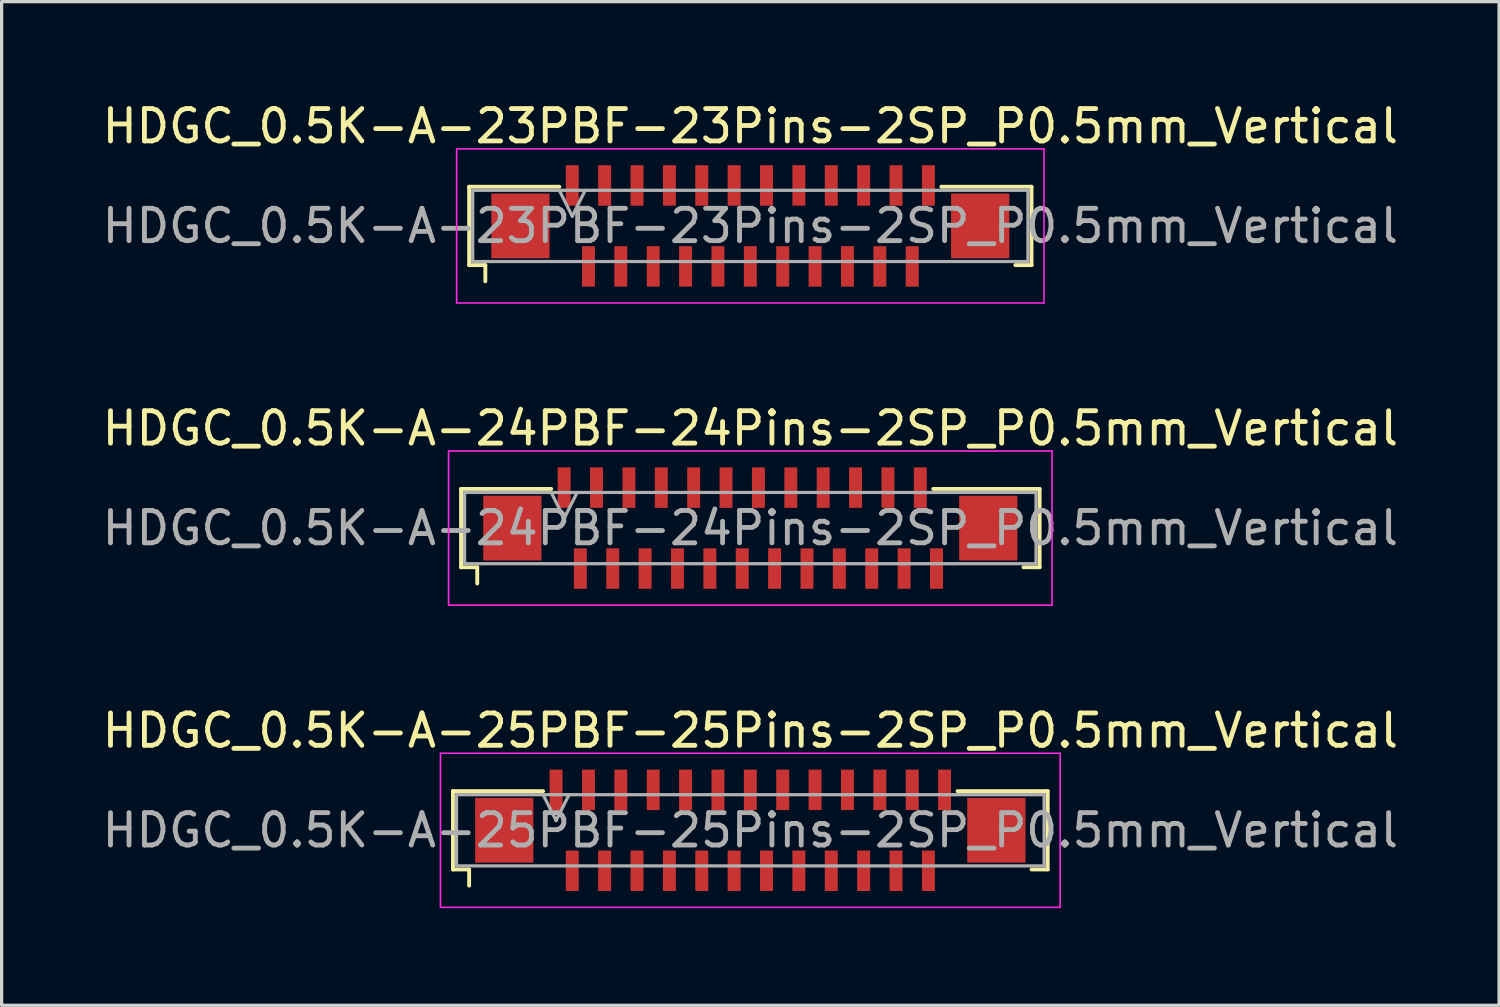
<source format=kicad_pcb>
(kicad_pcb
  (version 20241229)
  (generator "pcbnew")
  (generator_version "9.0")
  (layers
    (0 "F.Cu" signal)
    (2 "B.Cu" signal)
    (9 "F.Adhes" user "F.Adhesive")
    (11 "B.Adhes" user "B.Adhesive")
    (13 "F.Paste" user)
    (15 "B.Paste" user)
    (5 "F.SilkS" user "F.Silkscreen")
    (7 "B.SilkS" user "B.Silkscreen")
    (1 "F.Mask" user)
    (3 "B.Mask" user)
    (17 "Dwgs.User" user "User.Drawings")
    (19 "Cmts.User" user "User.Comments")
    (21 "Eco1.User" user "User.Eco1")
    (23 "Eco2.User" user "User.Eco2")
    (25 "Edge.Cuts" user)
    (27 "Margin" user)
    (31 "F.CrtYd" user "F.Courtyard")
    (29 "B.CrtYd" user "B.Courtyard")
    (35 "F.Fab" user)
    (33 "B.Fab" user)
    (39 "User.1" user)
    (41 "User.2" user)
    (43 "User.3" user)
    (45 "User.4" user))
  (footprint "HDGC_0.5K-A-25PBF-25Pins-2SP_P0.5mm_Vertical"
    (layer "F.Cu")
    (at 20.125 22.595)
    (property "Reference" "HDGC_0.5K-A-25PBF-25Pins-2SP_P0.5mm_Vertical" (at 0 -3.08 0) (layer "F.SilkS") (effects (font (size 1 1) (thickness 0.15))))
    (attr smd)
    (fp_line (start -9.185 -1.21) (end -6.4 -1.21) (stroke (width 0.12) (type solid)) (layer "F.SilkS"))
    (fp_line (start -9.185 1.21) (end -9.185 -1.21) (stroke (width 0.12) (type solid)) (layer "F.SilkS"))
    (fp_line (start -8.685 1.21) (end -9.185 1.21) (stroke (width 0.12) (type solid)) (layer "F.SilkS"))
    (fp_line (start -8.685 1.71) (end -8.685 1.21) (stroke (width 0.12) (type solid)) (layer "F.SilkS"))
    (fp_line (start 8.685 1.21) (end 9.185 1.21) (stroke (width 0.12) (type solid)) (layer "F.SilkS"))
    (fp_line (start 9.185 -1.21) (end 6.4 -1.21) (stroke (width 0.12) (type solid)) (layer "F.SilkS"))
    (fp_line (start 9.185 1.21) (end 9.185 -1.21) (stroke (width 0.12) (type solid)) (layer "F.SilkS"))
    (fp_line (start -9.57 -2.38) (end 9.57 -2.38) (stroke (width 0.05) (type solid)) (layer "F.CrtYd"))
    (fp_line (start -9.57 2.38) (end -9.57 -2.38) (stroke (width 0.05) (type solid)) (layer "F.CrtYd"))
    (fp_line (start 9.57 -2.38) (end 9.57 2.38) (stroke (width 0.05) (type solid)) (layer "F.CrtYd"))
    (fp_line (start 9.57 2.38) (end -9.57 2.38) (stroke (width 0.05) (type solid)) (layer "F.CrtYd"))
    (fp_line (start -9.075 -1.1) (end -9.075 1.1) (stroke (width 0.1) (type solid)) (layer "F.Fab"))
    (fp_line (start -9.075 1.1) (end 9.075 1.1) (stroke (width 0.1) (type solid)) (layer "F.Fab"))
    (fp_line (start -6.4 -1.1) (end -6 -0.3) (stroke (width 0.1) (type solid)) (layer "F.Fab"))
    (fp_line (start -6 -0.3) (end -5.6 -1.1) (stroke (width 0.1) (type solid)) (layer "F.Fab"))
    (fp_line (start 9.075 -1.1) (end -9.075 -1.1) (stroke (width 0.1) (type solid)) (layer "F.Fab"))
    (fp_line (start 9.075 1.1) (end 9.075 -1.1) (stroke (width 0.1) (type solid)) (layer "F.Fab"))
    (fp_text user "${REFERENCE}" (at 0 0 0) (layer "F.Fab") (effects (font (size 1 1) (thickness 0.15))))
    (pad "1" smd rect (at -6 -1.25) (size 0.4 1.25) (layers "F.Cu" "F.Mask" "F.Paste"))
    (pad "2" smd rect (at -5.5 1.25) (size 0.4 1.25) (layers "F.Cu" "F.Mask" "F.Paste"))
    (pad "3" smd rect (at -5 -1.25) (size 0.4 1.25) (layers "F.Cu" "F.Mask" "F.Paste"))
    (pad "4" smd rect (at -4.5 1.25) (size 0.4 1.25) (layers "F.Cu" "F.Mask" "F.Paste"))
    (pad "5" smd rect (at -4 -1.25) (size 0.4 1.25) (layers "F.Cu" "F.Mask" "F.Paste"))
    (pad "6" smd rect (at -3.5 1.25) (size 0.4 1.25) (layers "F.Cu" "F.Mask" "F.Paste"))
    (pad "7" smd rect (at -3 -1.25) (size 0.4 1.25) (layers "F.Cu" "F.Mask" "F.Paste"))
    (pad "8" smd rect (at -2.5 1.25) (size 0.4 1.25) (layers "F.Cu" "F.Mask" "F.Paste"))
    (pad "9" smd rect (at -2 -1.25) (size 0.4 1.25) (layers "F.Cu" "F.Mask" "F.Paste"))
    (pad "10" smd rect (at -1.5 1.25) (size 0.4 1.25) (layers "F.Cu" "F.Mask" "F.Paste"))
    (pad "11" smd rect (at -1 -1.25) (size 0.4 1.25) (layers "F.Cu" "F.Mask" "F.Paste"))
    (pad "12" smd rect (at -0.5 1.25) (size 0.4 1.25) (layers "F.Cu" "F.Mask" "F.Paste"))
    (pad "13" smd rect (at 0 -1.25) (size 0.4 1.25) (layers "F.Cu" "F.Mask" "F.Paste"))
    (pad "14" smd rect (at 0.5 1.25) (size 0.4 1.25) (layers "F.Cu" "F.Mask" "F.Paste"))
    (pad "15" smd rect (at 1 -1.25) (size 0.4 1.25) (layers "F.Cu" "F.Mask" "F.Paste"))
    (pad "16" smd rect (at 1.5 1.25) (size 0.4 1.25) (layers "F.Cu" "F.Mask" "F.Paste"))
    (pad "17" smd rect (at 2 -1.25) (size 0.4 1.25) (layers "F.Cu" "F.Mask" "F.Paste"))
    (pad "18" smd rect (at 2.5 1.25) (size 0.4 1.25) (layers "F.Cu" "F.Mask" "F.Paste"))
    (pad "19" smd rect (at 3 -1.25) (size 0.4 1.25) (layers "F.Cu" "F.Mask" "F.Paste"))
    (pad "20" smd rect (at 3.5 1.25) (size 0.4 1.25) (layers "F.Cu" "F.Mask" "F.Paste"))
    (pad "21" smd rect (at 4 -1.25) (size 0.4 1.25) (layers "F.Cu" "F.Mask" "F.Paste"))
    (pad "22" smd rect (at 4.5 1.25) (size 0.4 1.25) (layers "F.Cu" "F.Mask" "F.Paste"))
    (pad "23" smd rect (at 5 -1.25) (size 0.4 1.25) (layers "F.Cu" "F.Mask" "F.Paste"))
    (pad "24" smd rect (at 5.5 1.25) (size 0.4 1.25) (layers "F.Cu" "F.Mask" "F.Paste"))
    (pad "25" smd rect (at 6 -1.25) (size 0.4 1.25) (layers "F.Cu" "F.Mask" "F.Paste"))
    (pad "MP" smd rect (at -7.6 0) (size 1.8 2) (layers "F.Cu" "F.Mask" "F.Paste"))
    (pad "MP" smd rect (at 7.6 0) (size 1.8 2) (layers "F.Cu" "F.Mask" "F.Paste")))
  (footprint "HDGC_0.5K-A-23PBF-23Pins-2SP_P0.5mm_Vertical"
    (layer "F.Cu")
    (at 20.125 3.928)
    (property "Reference" "HDGC_0.5K-A-23PBF-23Pins-2SP_P0.5mm_Vertical" (at 0 -3.08 0) (layer "F.SilkS") (effects (font (size 1 1) (thickness 0.15))))
    (attr smd)
    (fp_line (start -8.685 -1.21) (end -5.9 -1.21) (stroke (width 0.12) (type solid)) (layer "F.SilkS"))
    (fp_line (start -8.685 1.21) (end -8.685 -1.21) (stroke (width 0.12) (type solid)) (layer "F.SilkS"))
    (fp_line (start -8.185 1.21) (end -8.685 1.21) (stroke (width 0.12) (type solid)) (layer "F.SilkS"))
    (fp_line (start -8.185 1.71) (end -8.185 1.21) (stroke (width 0.12) (type solid)) (layer "F.SilkS"))
    (fp_line (start 8.185 1.21) (end 8.685 1.21) (stroke (width 0.12) (type solid)) (layer "F.SilkS"))
    (fp_line (start 8.685 -1.21) (end 5.9 -1.21) (stroke (width 0.12) (type solid)) (layer "F.SilkS"))
    (fp_line (start 8.685 1.21) (end 8.685 -1.21) (stroke (width 0.12) (type solid)) (layer "F.SilkS"))
    (fp_line (start -9.07 -2.38) (end 9.07 -2.38) (stroke (width 0.05) (type solid)) (layer "F.CrtYd"))
    (fp_line (start -9.07 2.38) (end -9.07 -2.38) (stroke (width 0.05) (type solid)) (layer "F.CrtYd"))
    (fp_line (start 9.07 -2.38) (end 9.07 2.38) (stroke (width 0.05) (type solid)) (layer "F.CrtYd"))
    (fp_line (start 9.07 2.38) (end -9.07 2.38) (stroke (width 0.05) (type solid)) (layer "F.CrtYd"))
    (fp_line (start -8.575 -1.1) (end -8.575 1.1) (stroke (width 0.1) (type solid)) (layer "F.Fab"))
    (fp_line (start -8.575 1.1) (end 8.575 1.1) (stroke (width 0.1) (type solid)) (layer "F.Fab"))
    (fp_line (start -5.9 -1.1) (end -5.5 -0.3) (stroke (width 0.1) (type solid)) (layer "F.Fab"))
    (fp_line (start -5.5 -0.3) (end -5.1 -1.1) (stroke (width 0.1) (type solid)) (layer "F.Fab"))
    (fp_line (start 8.575 -1.1) (end -8.575 -1.1) (stroke (width 0.1) (type solid)) (layer "F.Fab"))
    (fp_line (start 8.575 1.1) (end 8.575 -1.1) (stroke (width 0.1) (type solid)) (layer "F.Fab"))
    (fp_text user "${REFERENCE}" (at 0 0 0) (layer "F.Fab") (effects (font (size 1 1) (thickness 0.15))))
    (pad "1" smd rect (at -5.5 -1.25) (size 0.4 1.25) (layers "F.Cu" "F.Mask" "F.Paste"))
    (pad "2" smd rect (at -5 1.25) (size 0.4 1.25) (layers "F.Cu" "F.Mask" "F.Paste"))
    (pad "3" smd rect (at -4.5 -1.25) (size 0.4 1.25) (layers "F.Cu" "F.Mask" "F.Paste"))
    (pad "4" smd rect (at -4 1.25) (size 0.4 1.25) (layers "F.Cu" "F.Mask" "F.Paste"))
    (pad "5" smd rect (at -3.5 -1.25) (size 0.4 1.25) (layers "F.Cu" "F.Mask" "F.Paste"))
    (pad "6" smd rect (at -3 1.25) (size 0.4 1.25) (layers "F.Cu" "F.Mask" "F.Paste"))
    (pad "7" smd rect (at -2.5 -1.25) (size 0.4 1.25) (layers "F.Cu" "F.Mask" "F.Paste"))
    (pad "8" smd rect (at -2 1.25) (size 0.4 1.25) (layers "F.Cu" "F.Mask" "F.Paste"))
    (pad "9" smd rect (at -1.5 -1.25) (size 0.4 1.25) (layers "F.Cu" "F.Mask" "F.Paste"))
    (pad "10" smd rect (at -1 1.25) (size 0.4 1.25) (layers "F.Cu" "F.Mask" "F.Paste"))
    (pad "11" smd rect (at -0.5 -1.25) (size 0.4 1.25) (layers "F.Cu" "F.Mask" "F.Paste"))
    (pad "12" smd rect (at 0 1.25) (size 0.4 1.25) (layers "F.Cu" "F.Mask" "F.Paste"))
    (pad "13" smd rect (at 0.5 -1.25) (size 0.4 1.25) (layers "F.Cu" "F.Mask" "F.Paste"))
    (pad "14" smd rect (at 1 1.25) (size 0.4 1.25) (layers "F.Cu" "F.Mask" "F.Paste"))
    (pad "15" smd rect (at 1.5 -1.25) (size 0.4 1.25) (layers "F.Cu" "F.Mask" "F.Paste"))
    (pad "16" smd rect (at 2 1.25) (size 0.4 1.25) (layers "F.Cu" "F.Mask" "F.Paste"))
    (pad "17" smd rect (at 2.5 -1.25) (size 0.4 1.25) (layers "F.Cu" "F.Mask" "F.Paste"))
    (pad "18" smd rect (at 3 1.25) (size 0.4 1.25) (layers "F.Cu" "F.Mask" "F.Paste"))
    (pad "19" smd rect (at 3.5 -1.25) (size 0.4 1.25) (layers "F.Cu" "F.Mask" "F.Paste"))
    (pad "20" smd rect (at 4 1.25) (size 0.4 1.25) (layers "F.Cu" "F.Mask" "F.Paste"))
    (pad "21" smd rect (at 4.5 -1.25) (size 0.4 1.25) (layers "F.Cu" "F.Mask" "F.Paste"))
    (pad "22" smd rect (at 5 1.25) (size 0.4 1.25) (layers "F.Cu" "F.Mask" "F.Paste"))
    (pad "23" smd rect (at 5.5 -1.25) (size 0.4 1.25) (layers "F.Cu" "F.Mask" "F.Paste"))
    (pad "MP" smd rect (at -7.1 0) (size 1.8 2) (layers "F.Cu" "F.Mask" "F.Paste"))
    (pad "MP" smd rect (at 7.1 0) (size 1.8 2) (layers "F.Cu" "F.Mask" "F.Paste")))
  (footprint "HDGC_0.5K-A-24PBF-24Pins-2SP_P0.5mm_Vertical"
    (layer "F.Cu")
    (at 20.125 13.261)
    (property "Reference" "HDGC_0.5K-A-24PBF-24Pins-2SP_P0.5mm_Vertical" (at 0 -3.08 0) (layer "F.SilkS") (effects (font (size 1 1) (thickness 0.15))))
    (attr smd)
    (fp_line (start -8.935 -1.21) (end -6.15 -1.21) (stroke (width 0.12) (type solid)) (layer "F.SilkS"))
    (fp_line (start -8.935 1.21) (end -8.935 -1.21) (stroke (width 0.12) (type solid)) (layer "F.SilkS"))
    (fp_line (start -8.435 1.21) (end -8.935 1.21) (stroke (width 0.12) (type solid)) (layer "F.SilkS"))
    (fp_line (start -8.435 1.71) (end -8.435 1.21) (stroke (width 0.12) (type solid)) (layer "F.SilkS"))
    (fp_line (start 8.435 1.21) (end 8.935 1.21) (stroke (width 0.12) (type solid)) (layer "F.SilkS"))
    (fp_line (start 8.935 -1.21) (end 5.65 -1.21) (stroke (width 0.12) (type solid)) (layer "F.SilkS"))
    (fp_line (start 8.935 1.21) (end 8.935 -1.21) (stroke (width 0.12) (type solid)) (layer "F.SilkS"))
    (fp_line (start -9.32 -2.38) (end 9.32 -2.38) (stroke (width 0.05) (type solid)) (layer "F.CrtYd"))
    (fp_line (start -9.32 2.38) (end -9.32 -2.38) (stroke (width 0.05) (type solid)) (layer "F.CrtYd"))
    (fp_line (start 9.32 -2.38) (end 9.32 2.38) (stroke (width 0.05) (type solid)) (layer "F.CrtYd"))
    (fp_line (start 9.32 2.38) (end -9.32 2.38) (stroke (width 0.05) (type solid)) (layer "F.CrtYd"))
    (fp_line (start -8.825 -1.1) (end -8.825 1.1) (stroke (width 0.1) (type solid)) (layer "F.Fab"))
    (fp_line (start -8.825 1.1) (end 8.825 1.1) (stroke (width 0.1) (type solid)) (layer "F.Fab"))
    (fp_line (start -6.15 -1.1) (end -5.75 -0.3) (stroke (width 0.1) (type solid)) (layer "F.Fab"))
    (fp_line (start -5.75 -0.3) (end -5.35 -1.1) (stroke (width 0.1) (type solid)) (layer "F.Fab"))
    (fp_line (start 8.825 -1.1) (end -8.825 -1.1) (stroke (width 0.1) (type solid)) (layer "F.Fab"))
    (fp_line (start 8.825 1.1) (end 8.825 -1.1) (stroke (width 0.1) (type solid)) (layer "F.Fab"))
    (fp_text user "${REFERENCE}" (at 0 0 0) (layer "F.Fab") (effects (font (size 1 1) (thickness 0.15))))
    (pad "1" smd rect (at -5.75 -1.25) (size 0.4 1.25) (layers "F.Cu" "F.Mask" "F.Paste"))
    (pad "2" smd rect (at -5.25 1.25) (size 0.4 1.25) (layers "F.Cu" "F.Mask" "F.Paste"))
    (pad "3" smd rect (at -4.75 -1.25) (size 0.4 1.25) (layers "F.Cu" "F.Mask" "F.Paste"))
    (pad "4" smd rect (at -4.25 1.25) (size 0.4 1.25) (layers "F.Cu" "F.Mask" "F.Paste"))
    (pad "5" smd rect (at -3.75 -1.25) (size 0.4 1.25) (layers "F.Cu" "F.Mask" "F.Paste"))
    (pad "6" smd rect (at -3.25 1.25) (size 0.4 1.25) (layers "F.Cu" "F.Mask" "F.Paste"))
    (pad "7" smd rect (at -2.75 -1.25) (size 0.4 1.25) (layers "F.Cu" "F.Mask" "F.Paste"))
    (pad "8" smd rect (at -2.25 1.25) (size 0.4 1.25) (layers "F.Cu" "F.Mask" "F.Paste"))
    (pad "9" smd rect (at -1.75 -1.25) (size 0.4 1.25) (layers "F.Cu" "F.Mask" "F.Paste"))
    (pad "10" smd rect (at -1.25 1.25) (size 0.4 1.25) (layers "F.Cu" "F.Mask" "F.Paste"))
    (pad "11" smd rect (at -0.75 -1.25) (size 0.4 1.25) (layers "F.Cu" "F.Mask" "F.Paste"))
    (pad "12" smd rect (at -0.25 1.25) (size 0.4 1.25) (layers "F.Cu" "F.Mask" "F.Paste"))
    (pad "13" smd rect (at 0.25 -1.25) (size 0.4 1.25) (layers "F.Cu" "F.Mask" "F.Paste"))
    (pad "14" smd rect (at 0.75 1.25) (size 0.4 1.25) (layers "F.Cu" "F.Mask" "F.Paste"))
    (pad "15" smd rect (at 1.25 -1.25) (size 0.4 1.25) (layers "F.Cu" "F.Mask" "F.Paste"))
    (pad "16" smd rect (at 1.75 1.25) (size 0.4 1.25) (layers "F.Cu" "F.Mask" "F.Paste"))
    (pad "17" smd rect (at 2.25 -1.25) (size 0.4 1.25) (layers "F.Cu" "F.Mask" "F.Paste"))
    (pad "18" smd rect (at 2.75 1.25) (size 0.4 1.25) (layers "F.Cu" "F.Mask" "F.Paste"))
    (pad "19" smd rect (at 3.25 -1.25) (size 0.4 1.25) (layers "F.Cu" "F.Mask" "F.Paste"))
    (pad "20" smd rect (at 3.75 1.25) (size 0.4 1.25) (layers "F.Cu" "F.Mask" "F.Paste"))
    (pad "21" smd rect (at 4.25 -1.25) (size 0.4 1.25) (layers "F.Cu" "F.Mask" "F.Paste"))
    (pad "22" smd rect (at 4.75 1.25) (size 0.4 1.25) (layers "F.Cu" "F.Mask" "F.Paste"))
    (pad "23" smd rect (at 5.25 -1.25) (size 0.4 1.25) (layers "F.Cu" "F.Mask" "F.Paste"))
    (pad "24" smd rect (at 5.75 1.25) (size 0.4 1.25) (layers "F.Cu" "F.Mask" "F.Paste"))
    (pad "MP" smd rect (at -7.35 0) (size 1.8 2) (layers "F.Cu" "F.Mask" "F.Paste"))
    (pad "MP" smd rect (at 7.35 0) (size 1.8 2) (layers "F.Cu" "F.Mask" "F.Paste")))
  (gr_rect
    (start -3 -3)
    (end 43.25 28)
    (stroke (width 0.1) (type default))
    (fill no)
    (layer "Edge.Cuts")))
</source>
